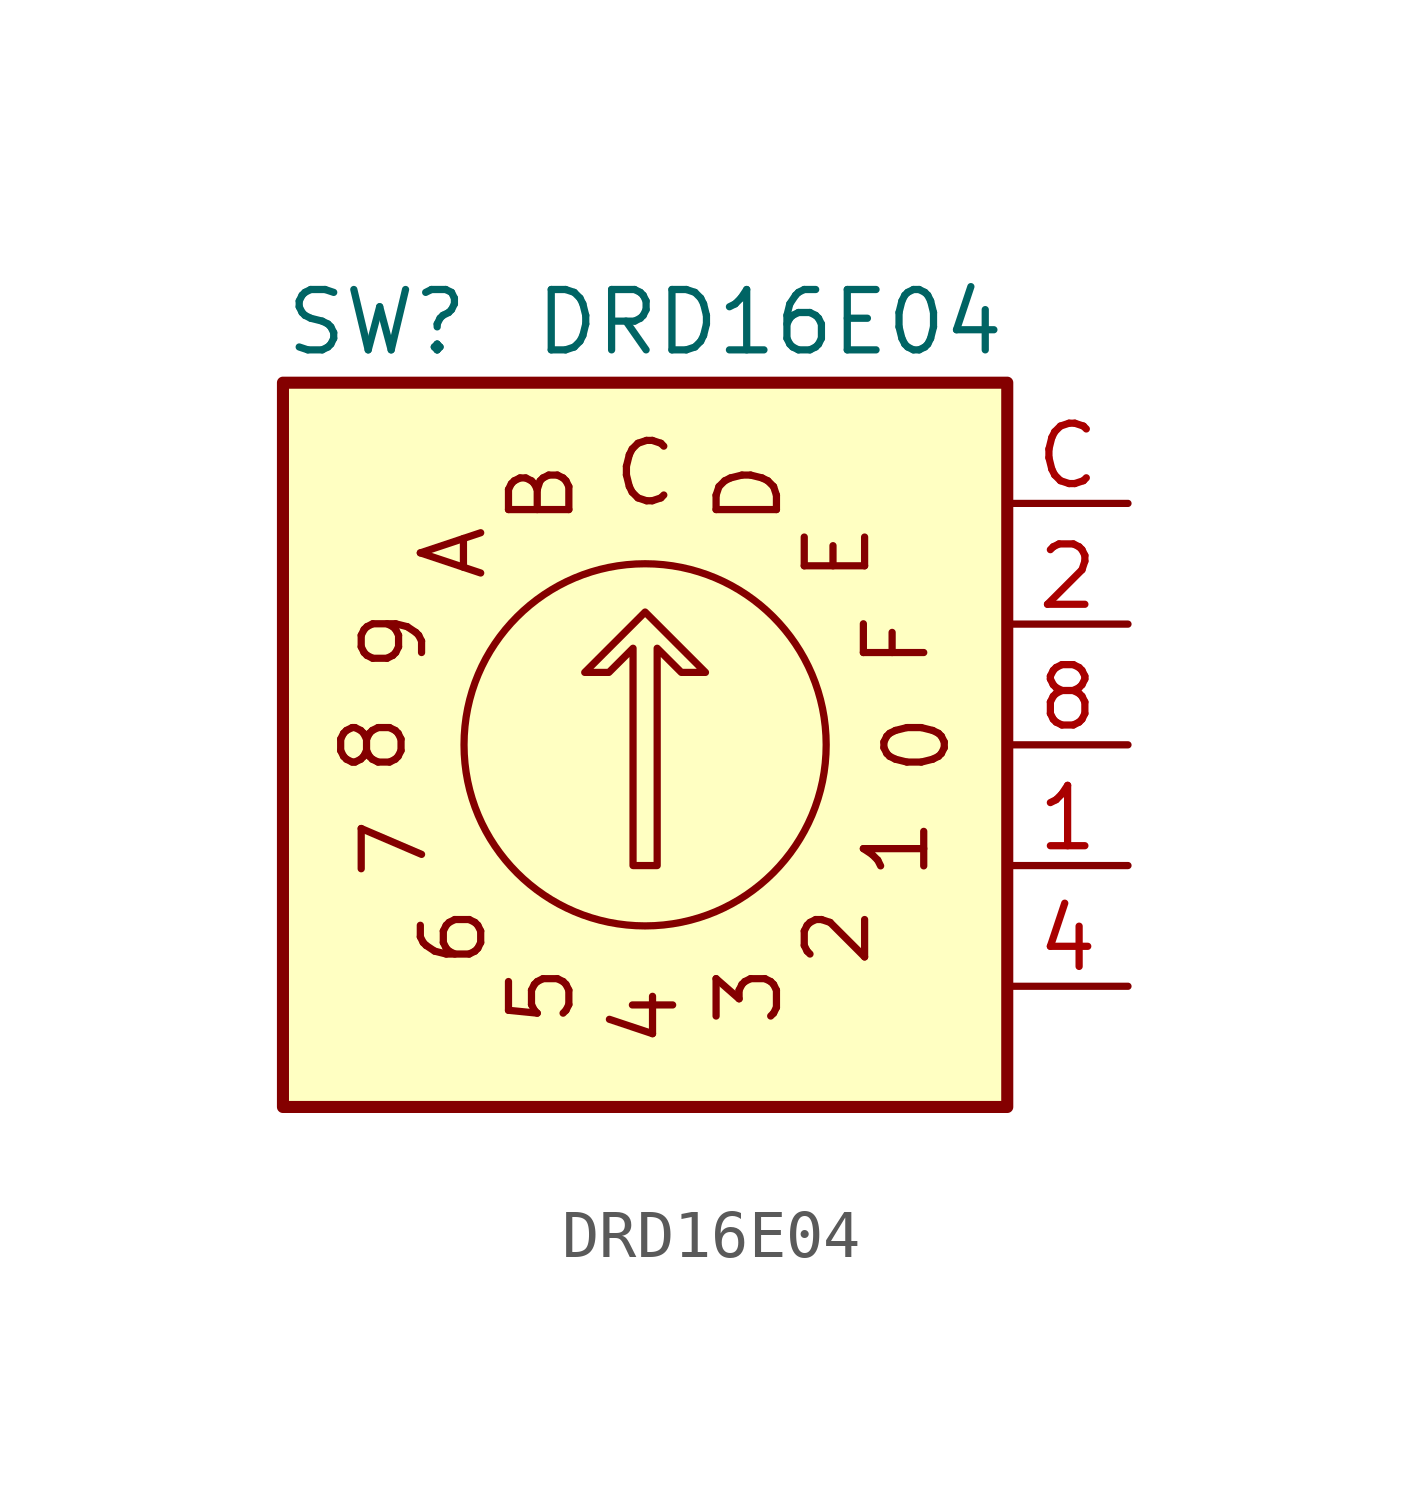
<source format=kicad_sym>
(kicad_symbol_lib
  (version 20211014)
  (generator kicad_symbol_editor)
  (symbol "DRD16E04"
    (pin_names
      (offset 0) hide)
    (property "Reference" "SW"
      (at -7.62 8.89 0)
      (effects (font (size 1.27 1.27)) (justify left)))
    (property "Value" "DRD16E04"
      (at 7.62 8.89 0)
      (effects (font (size 1.27 1.27)) (justify right)))
    (symbol "DRD16E04_1_1"
      (polyline (pts (xy -0.254 -2.54) (xy -0.254 2.032) (xy -0.762 1.524) (xy -1.27 1.524) (xy 0 2.794) (xy 1.27 1.524) (xy 0.762 1.524) (xy 0.254 2.032) (xy 0.254 -2.54) (xy -0.254 -2.54) (xy -0.254 -2.54)) (stroke (width 0) (type default) (color 0 0 0 0)) (fill (type none)))
      (circle (center 0 0) (radius 3.81) (stroke (width 0) (type default) (color 0 0 0 0)) (fill (type none)))
      (rectangle (start 7.62 7.62) (end -7.62 -7.62) (stroke (width 0.254) (type default) (color 0 0 0 0)) (fill (type background)))
      (text "0" (at 5.715 0 2700) (effects (font (size 1.27 1.27))))
      (text "1" (at 5.283 -2.184 2475) (effects (font (size 1.27 1.27))))
      (text "2" (at 4.039 -4.039 2250) (effects (font (size 1.27 1.27))))
      (text "3" (at 2.184 -5.283 2025) (effects (font (size 1.27 1.27))))
      (text "4" (at 0 -5.715 1800) (effects (font (size 1.27 1.27))))
      (text "5" (at -2.184 -5.283 1575) (effects (font (size 1.27 1.27))))
      (text "6" (at -4.039 -4.039 1350) (effects (font (size 1.27 1.27))))
      (text "7" (at -5.283 -2.184 1125) (effects (font (size 1.27 1.27))))
      (text "8" (at -5.715 0 900) (effects (font (size 1.27 1.27))))
      (text "9" (at -5.283 2.184 675) (effects (font (size 1.27 1.27))))
      (text "A" (at -4.039 4.039 450) (effects (font (size 1.27 1.27))))
      (text "B" (at -2.184 5.283 225) (effects (font (size 1.27 1.27))))
      (text "C" (at 0 5.715 0) (effects (font (size 1.27 1.27))))
      (text "D" (at 2.184 5.283 3375) (effects (font (size 1.27 1.27))))
      (text "E" (at 4.039 4.039 3150) (effects (font (size 1.27 1.27))))
      (text "F" (at 5.283 2.184 2925) (effects (font (size 1.27 1.27))))
      (pin passive line (at 10.16 -2.54 180) (length 2.54) (name "1" (effects (font (size 1.27 1.27)))) (number "1" (effects (font (size 1.27 1.27)))))
      (pin passive line (at 10.16 2.54 180) (length 2.54) (name "2" (effects (font (size 1.27 1.27)))) (number "2" (effects (font (size 1.27 1.27)))))
      (pin passive line (at 10.16 -5.08 180) (length 2.54) (name "4" (effects (font (size 1.27 1.27)))) (number "4" (effects (font (size 1.27 1.27)))))
      (pin passive line (at 10.16 0 180) (length 2.54) (name "8" (effects (font (size 1.27 1.27)))) (number "8" (effects (font (size 1.27 1.27)))))
      (pin passive line (at 10.16 5.08 180) (length 2.54) (name "C" (effects (font (size 1.27 1.27)))) (number "C" (effects (font (size 1.27 1.27))))))))
</source>
